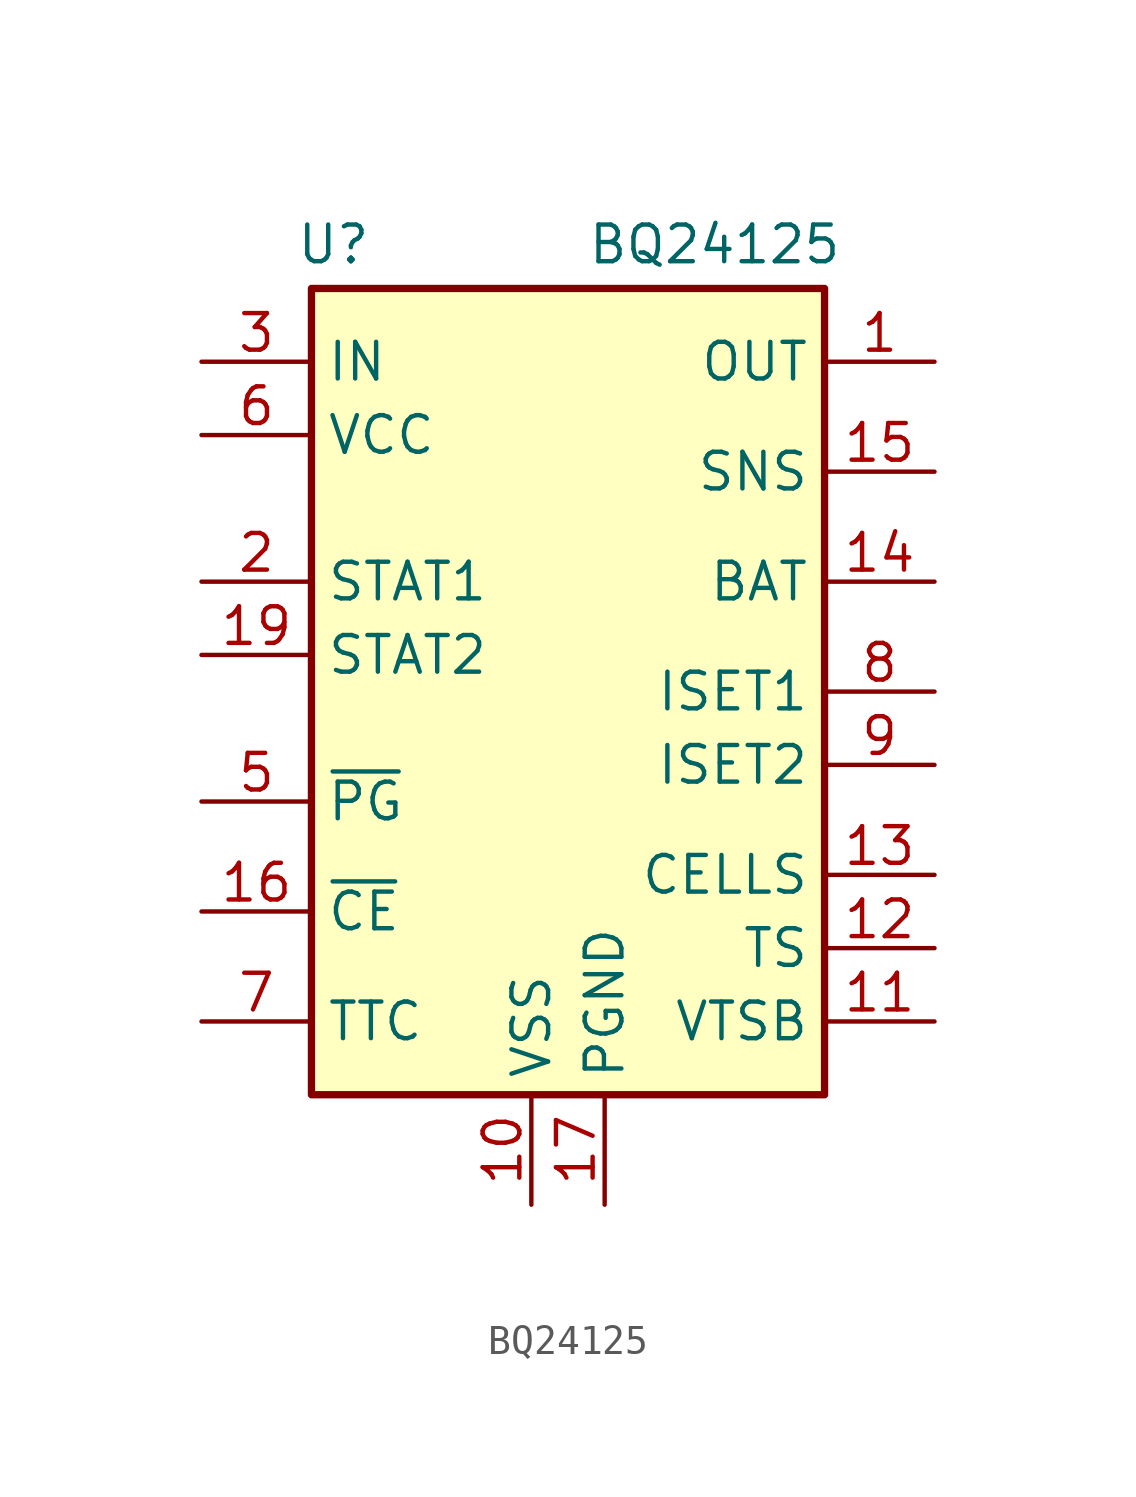
<source format=kicad_sym>
(kicad_symbol_lib
  (version 20241209)
  (generator "kicad_symbol_editor")
  (generator_version "9.0")
  (symbol "BQ24125"
    (property "Reference" "U"
      (at -8.128 15.494 0)
      (effects (font (size 1.27 1.27))))
    (property "Value" "BQ24125"
      (at 5.08 15.494 0)
      (effects (font (size 1.27 1.27))))
    (symbol "BQ24125_0_1"
      (rectangle (start -8.89 13.97) (end 8.89 -13.97) (stroke (width 0.254) (type default)) (fill (type background))))
    (symbol "BQ24125_1_1"
      (pin power_in line (at -12.7 11.43 0) (length 3.81) (name "IN" (effects (font (size 1.27 1.27)))) (number "3" (effects (font (size 1.27 1.27)))))
      (pin passive line (at -12.7 11.43 0) (length 3.81) (hide yes) (name "IN" (effects (font (size 1.27 1.27)))) (number "4" (effects (font (size 1.27 1.27)))))
      (pin power_in line (at -12.7 8.89 0) (length 3.81) (name "VCC" (effects (font (size 1.27 1.27)))) (number "6" (effects (font (size 1.27 1.27)))))
      (pin open_collector line (at -12.7 3.81 0) (length 3.81) (name "STAT1" (effects (font (size 1.27 1.27)))) (number "2" (effects (font (size 1.27 1.27)))))
      (pin open_collector line (at -12.7 1.27 0) (length 3.81) (name "STAT2" (effects (font (size 1.27 1.27)))) (number "19" (effects (font (size 1.27 1.27)))))
      (pin open_collector line (at -12.7 -3.81 0) (length 3.81) (name "~{PG}" (effects (font (size 1.27 1.27)))) (number "5" (effects (font (size 1.27 1.27)))))
      (pin input line (at -12.7 -7.62 0) (length 3.81) (name "~{CE}" (effects (font (size 1.27 1.27)))) (number "16" (effects (font (size 1.27 1.27)))))
      (pin passive line (at -12.7 -11.43 0) (length 3.81) (name "TTC" (effects (font (size 1.27 1.27)))) (number "7" (effects (font (size 1.27 1.27)))))
      (pin power_in line (at -1.27 -17.78 90) (length 3.81) (name "VSS" (effects (font (size 1.27 1.27)))) (number "10" (effects (font (size 1.27 1.27)))))
      (pin passive line (at -1.27 -17.78 90) (length 3.81) (hide yes) (name "VSS" (effects (font (size 1.27 1.27)))) (number "21" (effects (font (size 1.27 1.27)))))
      (pin power_in line (at 1.27 -17.78 90) (length 3.81) (name "PGND" (effects (font (size 1.27 1.27)))) (number "17" (effects (font (size 1.27 1.27)))))
      (pin passive line (at 1.27 -17.78 90) (length 3.81) (hide yes) (name "PGND" (effects (font (size 1.27 1.27)))) (number "18" (effects (font (size 1.27 1.27)))))
      (pin power_out line (at 12.7 11.43 180) (length 3.81) (name "OUT" (effects (font (size 1.27 1.27)))) (number "1" (effects (font (size 1.27 1.27)))))
      (pin passive line (at 12.7 11.43 180) (length 3.81) (hide yes) (name "OUT" (effects (font (size 1.27 1.27)))) (number "20" (effects (font (size 1.27 1.27)))))
      (pin input line (at 12.7 7.62 180) (length 3.81) (name "SNS" (effects (font (size 1.27 1.27)))) (number "15" (effects (font (size 1.27 1.27)))))
      (pin input line (at 12.7 3.81 180) (length 3.81) (name "BAT" (effects (font (size 1.27 1.27)))) (number "14" (effects (font (size 1.27 1.27)))))
      (pin open_collector line (at 12.7 0 180) (length 3.81) (name "ISET1" (effects (font (size 1.27 1.27)))) (number "8" (effects (font (size 1.27 1.27)))))
      (pin open_collector line (at 12.7 -2.54 180) (length 3.81) (name "ISET2" (effects (font (size 1.27 1.27)))) (number "9" (effects (font (size 1.27 1.27)))))
      (pin passive line (at 12.7 -6.35 180) (length 3.81) (name "CELLS" (effects (font (size 1.27 1.27)))) (number "13" (effects (font (size 1.27 1.27)))))
      (pin input line (at 12.7 -8.89 180) (length 3.81) (name "TS" (effects (font (size 1.27 1.27)))) (number "12" (effects (font (size 1.27 1.27)))))
      (pin passive line (at 12.7 -11.43 180) (length 3.81) (name "VTSB" (effects (font (size 1.27 1.27)))) (number "11" (effects (font (size 1.27 1.27))))))))
</source>
